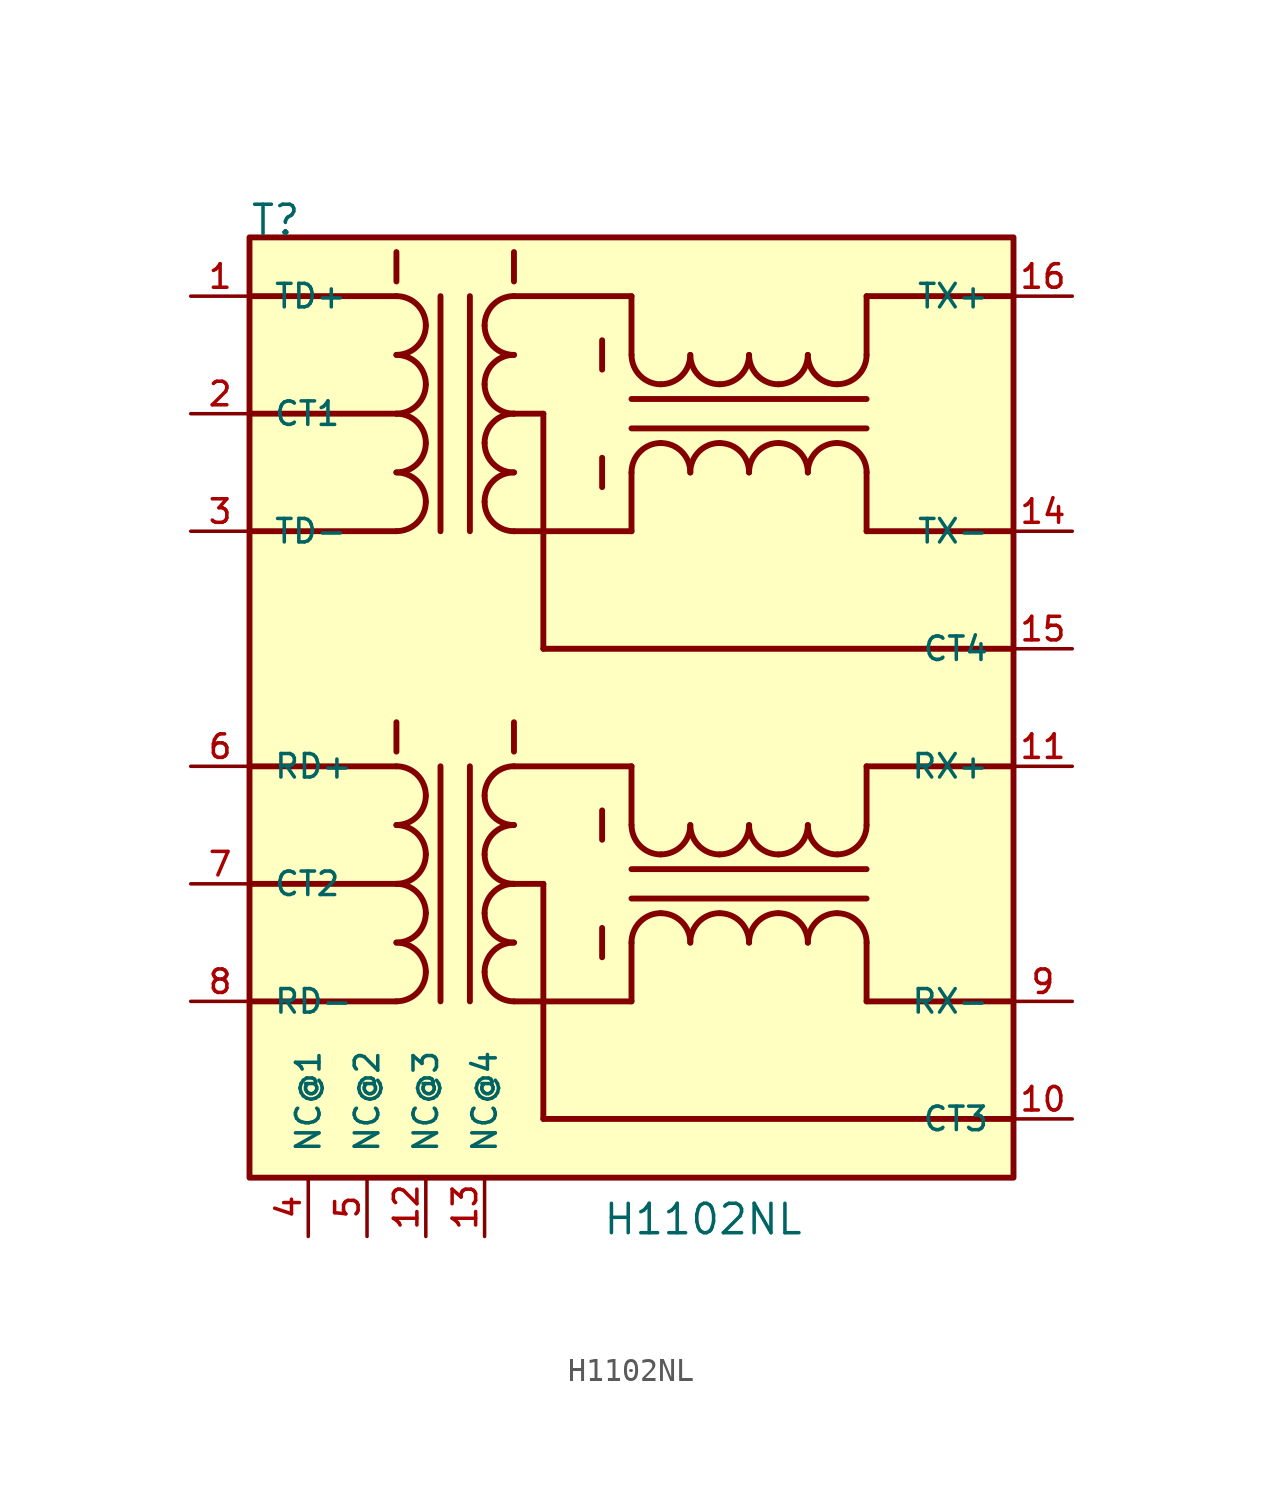
<source format=kicad_sym>
(kicad_symbol_lib
  (version 20211014)
  (generator kicad_symbol_editor)
  (symbol "H1102NL"
    (pin_names
      (offset 1.016))
    (property "Reference" "T"
      (at -17.78 20.32 0)
      (effects (font (size 1.27 1.27)) (justify bottom left)))
    (property "Value" "H1102NL"
      (at -2.54 -22.86 0)
      (effects (font (size 1.27 1.27)) (justify bottom left)))
    (symbol "H1102NL_0_0"
      (polyline (pts (xy -17.78 17.78) (xy -11.43 17.78)) (stroke (width 0.254)))
      (arc (start -10.16 16.51) (mid -10.532 17.408) (end -11.43 17.78) (stroke (width 0.254) (type default) (color 0 0 0 0)) (fill (type none)))
      (arc (start -11.43 15.24) (mid -10.532 15.612) (end -10.16 16.51) (stroke (width 0.254) (type default) (color 0 0 0 0)) (fill (type none)))
      (arc (start -10.16 13.97) (mid -10.532 14.868) (end -11.43 15.24) (stroke (width 0.254) (type default) (color 0 0 0 0)) (fill (type none)))
      (arc (start -11.43 12.7) (mid -10.532 13.072) (end -10.16 13.97) (stroke (width 0.254) (type default) (color 0 0 0 0)) (fill (type none)))
      (arc (start -10.16 11.43) (mid -10.532 12.328) (end -11.43 12.7) (stroke (width 0.254) (type default) (color 0 0 0 0)) (fill (type none)))
      (arc (start -11.43 10.16) (mid -10.532 10.532) (end -10.16 11.43) (stroke (width 0.254) (type default) (color 0 0 0 0)) (fill (type none)))
      (arc (start -10.16 8.89) (mid -10.532 9.788) (end -11.43 10.16) (stroke (width 0.254) (type default) (color 0 0 0 0)) (fill (type none)))
      (arc (start -11.43 7.62) (mid -10.532 7.992) (end -10.16 8.89) (stroke (width 0.254) (type default) (color 0 0 0 0)) (fill (type none)))
      (polyline (pts (xy -11.43 7.62) (xy -17.78 7.62)) (stroke (width 0.254)))
      (polyline (pts (xy -11.43 12.7) (xy -17.78 12.7)) (stroke (width 0.254)))
      (polyline (pts (xy -17.78 -2.54) (xy -11.43 -2.54)) (stroke (width 0.254)))
      (arc (start -10.16 -3.81) (mid -10.532 -2.912) (end -11.43 -2.54) (stroke (width 0.254) (type default) (color 0 0 0 0)) (fill (type none)))
      (arc (start -11.43 -5.08) (mid -10.532 -4.708) (end -10.16 -3.81) (stroke (width 0.254) (type default) (color 0 0 0 0)) (fill (type none)))
      (arc (start -10.16 -6.35) (mid -10.532 -5.452) (end -11.43 -5.08) (stroke (width 0.254) (type default) (color 0 0 0 0)) (fill (type none)))
      (arc (start -11.43 -7.62) (mid -10.532 -7.248) (end -10.16 -6.35) (stroke (width 0.254) (type default) (color 0 0 0 0)) (fill (type none)))
      (arc (start -10.16 -8.89) (mid -10.532 -7.992) (end -11.43 -7.62) (stroke (width 0.254) (type default) (color 0 0 0 0)) (fill (type none)))
      (arc (start -11.43 -10.16) (mid -10.532 -9.788) (end -10.16 -8.89) (stroke (width 0.254) (type default) (color 0 0 0 0)) (fill (type none)))
      (arc (start -10.16 -11.43) (mid -10.532 -10.532) (end -11.43 -10.16) (stroke (width 0.254) (type default) (color 0 0 0 0)) (fill (type none)))
      (arc (start -11.43 -12.7) (mid -10.532 -12.328) (end -10.16 -11.43) (stroke (width 0.254) (type default) (color 0 0 0 0)) (fill (type none)))
      (polyline (pts (xy -11.43 -12.7) (xy -17.78 -12.7)) (stroke (width 0.254)))
      (polyline (pts (xy -11.43 -7.62) (xy -17.78 -7.62)) (stroke (width 0.254)))
      (polyline (pts (xy -1.27 7.62) (xy -6.35 7.62)) (stroke (width 0.254)))
      (arc (start -7.62 8.89) (mid -7.248 7.992) (end -6.35 7.62) (stroke (width 0.254) (type default) (color 0 0 0 0)) (fill (type none)))
      (arc (start -6.35 10.16) (mid -7.248 9.788) (end -7.62 8.89) (stroke (width 0.254) (type default) (color 0 0 0 0)) (fill (type none)))
      (arc (start -7.62 11.43) (mid -7.248 10.532) (end -6.35 10.16) (stroke (width 0.254) (type default) (color 0 0 0 0)) (fill (type none)))
      (arc (start -6.35 12.7) (mid -7.248 12.328) (end -7.62 11.43) (stroke (width 0.254) (type default) (color 0 0 0 0)) (fill (type none)))
      (arc (start -7.62 13.97) (mid -7.248 13.072) (end -6.35 12.7) (stroke (width 0.254) (type default) (color 0 0 0 0)) (fill (type none)))
      (arc (start -6.35 15.24) (mid -7.248 14.868) (end -7.62 13.97) (stroke (width 0.254) (type default) (color 0 0 0 0)) (fill (type none)))
      (arc (start -7.62 16.51) (mid -7.248 15.612) (end -6.35 15.24) (stroke (width 0.254) (type default) (color 0 0 0 0)) (fill (type none)))
      (arc (start -6.35 17.78) (mid -7.248 17.408) (end -7.62 16.51) (stroke (width 0.254) (type default) (color 0 0 0 0)) (fill (type none)))
      (polyline (pts (xy -6.35 17.78) (xy -1.27 17.78)) (stroke (width 0.254)))
      (arc (start -7.62 -11.43) (mid -7.248 -12.328) (end -6.35 -12.7) (stroke (width 0.254) (type default) (color 0 0 0 0)) (fill (type none)))
      (arc (start -6.35 -10.16) (mid -7.248 -10.532) (end -7.62 -11.43) (stroke (width 0.254) (type default) (color 0 0 0 0)) (fill (type none)))
      (arc (start -7.62 -8.89) (mid -7.248 -9.788) (end -6.35 -10.16) (stroke (width 0.254) (type default) (color 0 0 0 0)) (fill (type none)))
      (arc (start -6.35 -7.62) (mid -7.248 -7.992) (end -7.62 -8.89) (stroke (width 0.254) (type default) (color 0 0 0 0)) (fill (type none)))
      (arc (start -7.62 -6.35) (mid -7.248 -7.248) (end -6.35 -7.62) (stroke (width 0.254) (type default) (color 0 0 0 0)) (fill (type none)))
      (arc (start -6.35 -5.08) (mid -7.248 -5.452) (end -7.62 -6.35) (stroke (width 0.254) (type default) (color 0 0 0 0)) (fill (type none)))
      (arc (start -7.62 -3.81) (mid -7.248 -4.708) (end -6.35 -5.08) (stroke (width 0.254) (type default) (color 0 0 0 0)) (fill (type none)))
      (arc (start -6.35 -2.54) (mid -7.248 -2.912) (end -7.62 -3.81) (stroke (width 0.254) (type default) (color 0 0 0 0)) (fill (type none)))
      (polyline (pts (xy -9.525 17.78) (xy -9.525 7.62)) (stroke (width 0.254)))
      (polyline (pts (xy -8.255 17.78) (xy -8.255 7.62)) (stroke (width 0.254)))
      (polyline (pts (xy -9.525 -2.54) (xy -9.525 -12.7)) (stroke (width 0.254)))
      (polyline (pts (xy -8.255 -2.54) (xy -8.255 -12.7)) (stroke (width 0.254)))
      (polyline (pts (xy -1.27 17.78) (xy -1.27 15.24)) (stroke (width 0.254)))
      (arc (start 0.0 13.97) (mid -0.898 14.342) (end -1.27 15.24) (stroke (width 0.254) (type default) (color 0 0 0 0)) (fill (type none)))
      (arc (start 1.27 15.24) (mid 0.898 14.342) (end 0.0 13.97) (stroke (width 0.254) (type default) (color 0 0 0 0)) (fill (type none)))
      (arc (start 2.54 13.97) (mid 1.642 14.342) (end 1.27 15.24) (stroke (width 0.254) (type default) (color 0 0 0 0)) (fill (type none)))
      (arc (start 3.81 15.24) (mid 3.438 14.342) (end 2.54 13.97) (stroke (width 0.254) (type default) (color 0 0 0 0)) (fill (type none)))
      (arc (start 5.08 13.97) (mid 4.182 14.342) (end 3.81 15.24) (stroke (width 0.254) (type default) (color 0 0 0 0)) (fill (type none)))
      (arc (start 6.35 15.24) (mid 5.978 14.342) (end 5.08 13.97) (stroke (width 0.254) (type default) (color 0 0 0 0)) (fill (type none)))
      (arc (start 7.62 13.97) (mid 6.722 14.342) (end 6.35 15.24) (stroke (width 0.254) (type default) (color 0 0 0 0)) (fill (type none)))
      (arc (start 8.89 15.24) (mid 8.518 14.342) (end 7.62 13.97) (stroke (width 0.254) (type default) (color 0 0 0 0)) (fill (type none)))
      (polyline (pts (xy 8.89 15.24) (xy 8.89 17.78)) (stroke (width 0.254)))
      (polyline (pts (xy -1.27 7.62) (xy -1.27 10.16)) (stroke (width 0.254)))
      (arc (start 0.0 11.43) (mid -0.898 11.058) (end -1.27 10.16) (stroke (width 0.254) (type default) (color 0 0 0 0)) (fill (type none)))
      (arc (start 1.27 10.16) (mid 0.898 11.058) (end 0.0 11.43) (stroke (width 0.254) (type default) (color 0 0 0 0)) (fill (type none)))
      (arc (start 2.54 11.43) (mid 1.642 11.058) (end 1.27 10.16) (stroke (width 0.254) (type default) (color 0 0 0 0)) (fill (type none)))
      (arc (start 3.81 10.16) (mid 3.438 11.058) (end 2.54 11.43) (stroke (width 0.254) (type default) (color 0 0 0 0)) (fill (type none)))
      (arc (start 5.08 11.43) (mid 4.182 11.058) (end 3.81 10.16) (stroke (width 0.254) (type default) (color 0 0 0 0)) (fill (type none)))
      (arc (start 6.35 10.16) (mid 5.978 11.058) (end 5.08 11.43) (stroke (width 0.254) (type default) (color 0 0 0 0)) (fill (type none)))
      (arc (start 7.62 11.43) (mid 6.722 11.058) (end 6.35 10.16) (stroke (width 0.254) (type default) (color 0 0 0 0)) (fill (type none)))
      (arc (start 8.89 10.16) (mid 8.518 11.058) (end 7.62 11.43) (stroke (width 0.254) (type default) (color 0 0 0 0)) (fill (type none)))
      (polyline (pts (xy 8.89 10.16) (xy 8.89 7.62)) (stroke (width 0.254)))
      (polyline (pts (xy 8.89 17.78) (xy 15.24 17.78)) (stroke (width 0.254)))
      (polyline (pts (xy 8.89 7.62) (xy 15.24 7.62)) (stroke (width 0.254)))
      (polyline (pts (xy -1.27 13.335) (xy 8.89 13.335)) (stroke (width 0.254)))
      (polyline (pts (xy -1.27 12.065) (xy 8.89 12.065)) (stroke (width 0.254)))
      (polyline (pts (xy -1.27 -12.7) (xy -6.35 -12.7)) (stroke (width 0.254)))
      (polyline (pts (xy -6.35 -2.54) (xy -1.27 -2.54)) (stroke (width 0.254)))
      (polyline (pts (xy -1.27 -2.54) (xy -1.27 -5.08)) (stroke (width 0.254)))
      (arc (start 0.0 -6.35) (mid -0.898 -5.978) (end -1.27 -5.08) (stroke (width 0.254) (type default) (color 0 0 0 0)) (fill (type none)))
      (arc (start 1.27 -5.08) (mid 0.898 -5.978) (end 0.0 -6.35) (stroke (width 0.254) (type default) (color 0 0 0 0)) (fill (type none)))
      (arc (start 2.54 -6.35) (mid 1.642 -5.978) (end 1.27 -5.08) (stroke (width 0.254) (type default) (color 0 0 0 0)) (fill (type none)))
      (arc (start 3.81 -5.08) (mid 3.438 -5.978) (end 2.54 -6.35) (stroke (width 0.254) (type default) (color 0 0 0 0)) (fill (type none)))
      (arc (start 5.08 -6.35) (mid 4.182 -5.978) (end 3.81 -5.08) (stroke (width 0.254) (type default) (color 0 0 0 0)) (fill (type none)))
      (arc (start 6.35 -5.08) (mid 5.978 -5.978) (end 5.08 -6.35) (stroke (width 0.254) (type default) (color 0 0 0 0)) (fill (type none)))
      (arc (start 7.62 -6.35) (mid 6.722 -5.978) (end 6.35 -5.08) (stroke (width 0.254) (type default) (color 0 0 0 0)) (fill (type none)))
      (arc (start 8.89 -5.08) (mid 8.518 -5.978) (end 7.62 -6.35) (stroke (width 0.254) (type default) (color 0 0 0 0)) (fill (type none)))
      (polyline (pts (xy 8.89 -5.08) (xy 8.89 -2.54)) (stroke (width 0.254)))
      (polyline (pts (xy -1.27 -12.7) (xy -1.27 -10.16)) (stroke (width 0.254)))
      (arc (start 0.0 -8.89) (mid -0.898 -9.262) (end -1.27 -10.16) (stroke (width 0.254) (type default) (color 0 0 0 0)) (fill (type none)))
      (arc (start 1.27 -10.16) (mid 0.898 -9.262) (end 0.0 -8.89) (stroke (width 0.254) (type default) (color 0 0 0 0)) (fill (type none)))
      (arc (start 2.54 -8.89) (mid 1.642 -9.262) (end 1.27 -10.16) (stroke (width 0.254) (type default) (color 0 0 0 0)) (fill (type none)))
      (arc (start 3.81 -10.16) (mid 3.438 -9.262) (end 2.54 -8.89) (stroke (width 0.254) (type default) (color 0 0 0 0)) (fill (type none)))
      (arc (start 5.08 -8.89) (mid 4.182 -9.262) (end 3.81 -10.16) (stroke (width 0.254) (type default) (color 0 0 0 0)) (fill (type none)))
      (arc (start 6.35 -10.16) (mid 5.978 -9.262) (end 5.08 -8.89) (stroke (width 0.254) (type default) (color 0 0 0 0)) (fill (type none)))
      (arc (start 7.62 -8.89) (mid 6.722 -9.262) (end 6.35 -10.16) (stroke (width 0.254) (type default) (color 0 0 0 0)) (fill (type none)))
      (arc (start 8.89 -10.16) (mid 8.518 -9.262) (end 7.62 -8.89) (stroke (width 0.254) (type default) (color 0 0 0 0)) (fill (type none)))
      (polyline (pts (xy 8.89 -10.16) (xy 8.89 -12.7)) (stroke (width 0.254)))
      (polyline (pts (xy 8.89 -2.54) (xy 15.24 -2.54)) (stroke (width 0.254)))
      (polyline (pts (xy 8.89 -12.7) (xy 15.24 -12.7)) (stroke (width 0.254)))
      (polyline (pts (xy -1.27 -6.985) (xy 8.89 -6.985)) (stroke (width 0.254)))
      (polyline (pts (xy -1.27 -8.255) (xy 8.89 -8.255)) (stroke (width 0.254)))
      (polyline (pts (xy -6.35 12.7) (xy -5.08 12.7)) (stroke (width 0.254)))
      (polyline (pts (xy -5.08 12.7) (xy -5.08 2.54)) (stroke (width 0.254)))
      (polyline (pts (xy -5.08 2.54) (xy 15.24 2.54)) (stroke (width 0.254)))
      (polyline (pts (xy -6.35 -7.62) (xy -5.08 -7.62)) (stroke (width 0.254)))
      (polyline (pts (xy -5.08 -7.62) (xy -5.08 -17.78)) (stroke (width 0.254)))
      (polyline (pts (xy -5.08 -17.78) (xy 15.24 -17.78)) (stroke (width 0.254)))
      (polyline (pts (xy -11.43 19.685) (xy -11.43 18.415) (xy -11.43 19.685)) (stroke (width 0.254)) (fill (type outline)))
      (polyline (pts (xy -6.35 19.685) (xy -6.35 18.415) (xy -6.35 19.685)) (stroke (width 0.254)) (fill (type outline)))
      (polyline (pts (xy -2.54 15.875) (xy -2.54 14.605) (xy -2.54 15.875)) (stroke (width 0.254)) (fill (type outline)))
      (polyline (pts (xy -2.54 10.795) (xy -2.54 9.525) (xy -2.54 10.795)) (stroke (width 0.254)) (fill (type outline)))
      (polyline (pts (xy -11.43 -0.635) (xy -11.43 -1.905) (xy -11.43 -0.635)) (stroke (width 0.254)) (fill (type outline)))
      (polyline (pts (xy -6.35 -0.635) (xy -6.35 -1.905) (xy -6.35 -0.635)) (stroke (width 0.254)) (fill (type outline)))
      (polyline (pts (xy -2.54 -4.445) (xy -2.54 -5.715) (xy -2.54 -4.445)) (stroke (width 0.254)) (fill (type outline)))
      (polyline (pts (xy -2.54 -9.525) (xy -2.54 -10.795) (xy -2.54 -9.525)) (stroke (width 0.254)) (fill (type outline)))
      (rectangle (start -17.78 -20.32) (end 15.24 20.32) (stroke (width 0.254)) (fill (type background)))
      (pin passive line (at -20.32 17.78 0) (length 2.54) (name "TD+" (effects (font (size 1.016 1.016)))) (number "1" (effects (font (size 1.016 1.016)))))
      (pin passive line (at -20.32 12.7 0) (length 2.54) (name "CT1" (effects (font (size 1.016 1.016)))) (number "2" (effects (font (size 1.016 1.016)))))
      (pin passive line (at -20.32 7.62 0) (length 2.54) (name "TD-" (effects (font (size 1.016 1.016)))) (number "3" (effects (font (size 1.016 1.016)))))
      (pin passive line (at -15.24 -22.86 90.0) (length 2.54) (name "NC@1" (effects (font (size 1.016 1.016)))) (number "4" (effects (font (size 1.016 1.016)))))
      (pin passive line (at -12.7 -22.86 90.0) (length 2.54) (name "NC@2" (effects (font (size 1.016 1.016)))) (number "5" (effects (font (size 1.016 1.016)))))
      (pin passive line (at -20.32 -2.54 0) (length 2.54) (name "RD+" (effects (font (size 1.016 1.016)))) (number "6" (effects (font (size 1.016 1.016)))))
      (pin passive line (at -20.32 -7.62 0) (length 2.54) (name "CT2" (effects (font (size 1.016 1.016)))) (number "7" (effects (font (size 1.016 1.016)))))
      (pin passive line (at -20.32 -12.7 0) (length 2.54) (name "RD-" (effects (font (size 1.016 1.016)))) (number "8" (effects (font (size 1.016 1.016)))))
      (pin passive line (at 17.78 -12.7 180.0) (length 2.54) (name "RX-" (effects (font (size 1.016 1.016)))) (number "9" (effects (font (size 1.016 1.016)))))
      (pin passive line (at 17.78 -17.78 180.0) (length 2.54) (name "CT3" (effects (font (size 1.016 1.016)))) (number "10" (effects (font (size 1.016 1.016)))))
      (pin passive line (at 17.78 -2.54 180.0) (length 2.54) (name "RX+" (effects (font (size 1.016 1.016)))) (number "11" (effects (font (size 1.016 1.016)))))
      (pin passive line (at -10.16 -22.86 90.0) (length 2.54) (name "NC@3" (effects (font (size 1.016 1.016)))) (number "12" (effects (font (size 1.016 1.016)))))
      (pin passive line (at -7.62 -22.86 90.0) (length 2.54) (name "NC@4" (effects (font (size 1.016 1.016)))) (number "13" (effects (font (size 1.016 1.016)))))
      (pin passive line (at 17.78 7.62 180.0) (length 2.54) (name "TX-" (effects (font (size 1.016 1.016)))) (number "14" (effects (font (size 1.016 1.016)))))
      (pin passive line (at 17.78 2.54 180.0) (length 2.54) (name "CT4" (effects (font (size 1.016 1.016)))) (number "15" (effects (font (size 1.016 1.016)))))
      (pin passive line (at 17.78 17.78 180.0) (length 2.54) (name "TX+" (effects (font (size 1.016 1.016)))) (number "16" (effects (font (size 1.016 1.016))))))))
</source>
